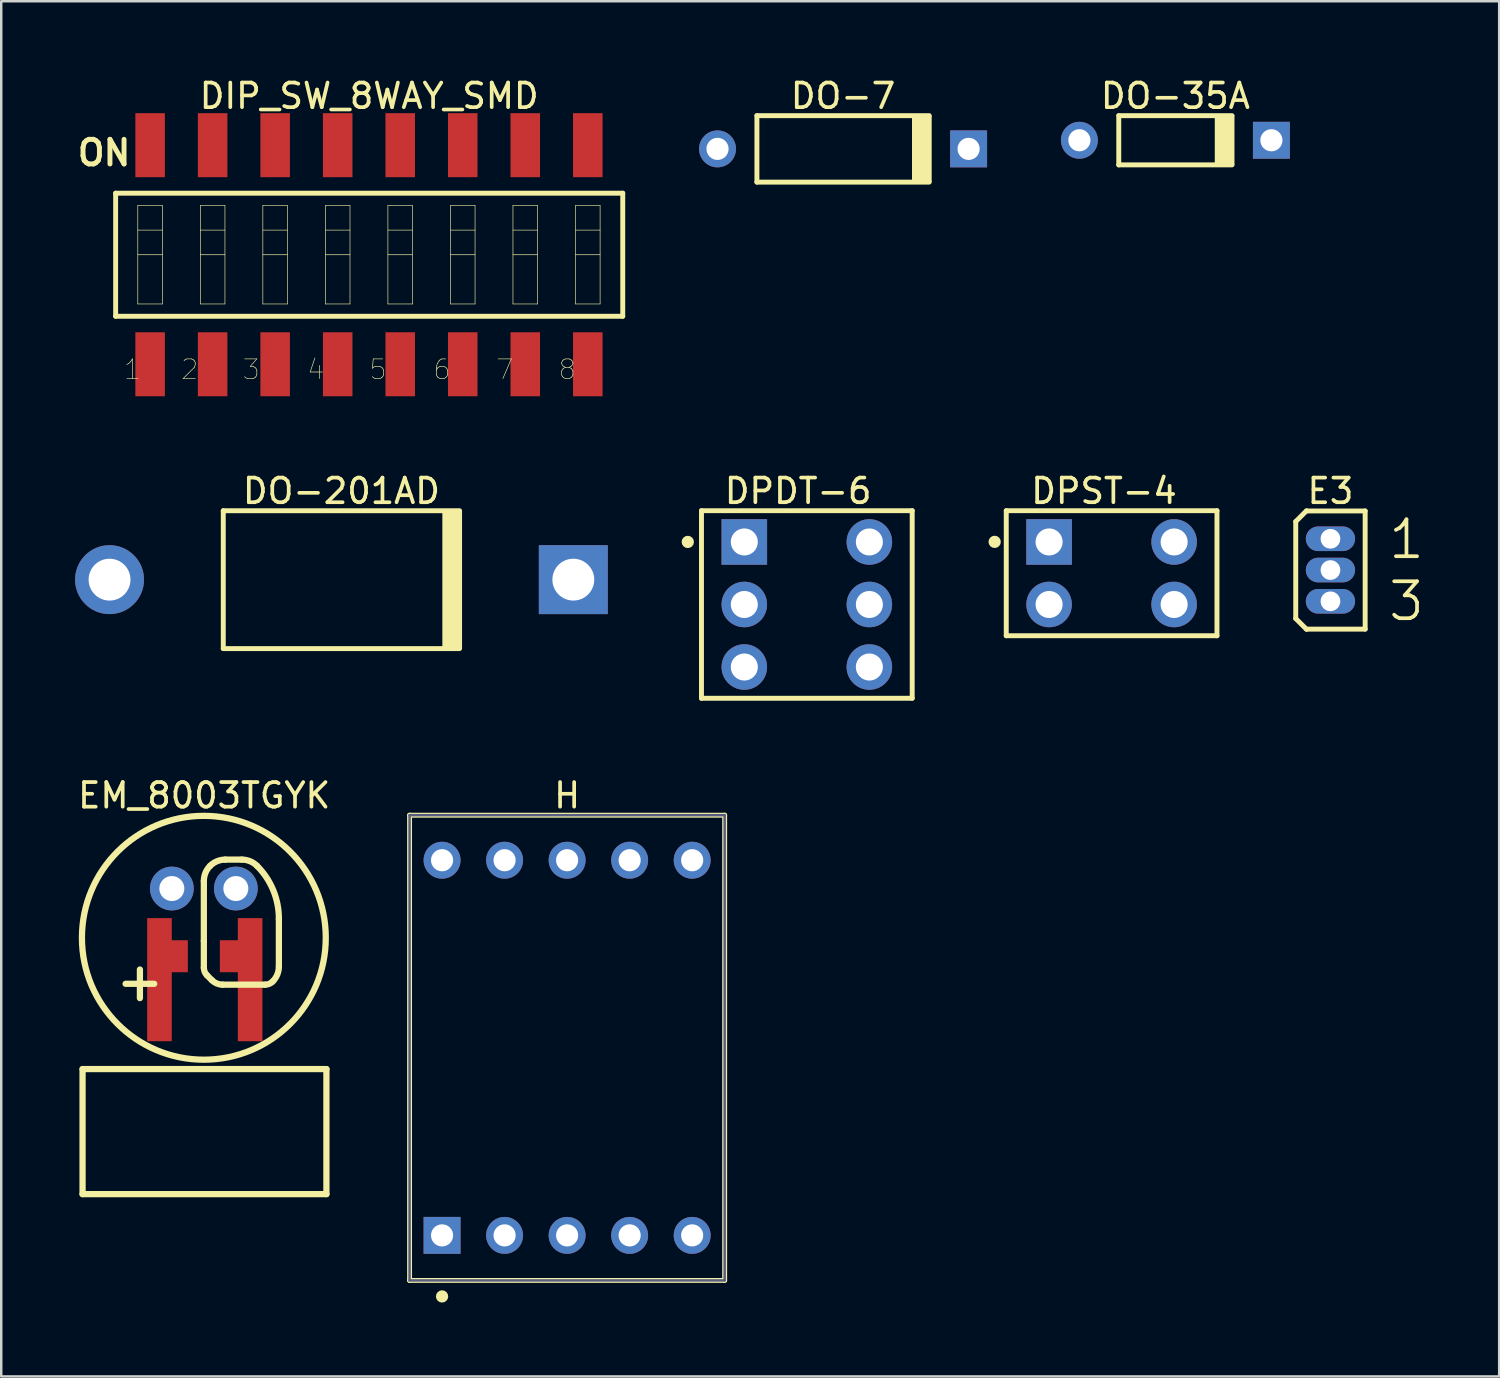
<source format=kicad_pcb>
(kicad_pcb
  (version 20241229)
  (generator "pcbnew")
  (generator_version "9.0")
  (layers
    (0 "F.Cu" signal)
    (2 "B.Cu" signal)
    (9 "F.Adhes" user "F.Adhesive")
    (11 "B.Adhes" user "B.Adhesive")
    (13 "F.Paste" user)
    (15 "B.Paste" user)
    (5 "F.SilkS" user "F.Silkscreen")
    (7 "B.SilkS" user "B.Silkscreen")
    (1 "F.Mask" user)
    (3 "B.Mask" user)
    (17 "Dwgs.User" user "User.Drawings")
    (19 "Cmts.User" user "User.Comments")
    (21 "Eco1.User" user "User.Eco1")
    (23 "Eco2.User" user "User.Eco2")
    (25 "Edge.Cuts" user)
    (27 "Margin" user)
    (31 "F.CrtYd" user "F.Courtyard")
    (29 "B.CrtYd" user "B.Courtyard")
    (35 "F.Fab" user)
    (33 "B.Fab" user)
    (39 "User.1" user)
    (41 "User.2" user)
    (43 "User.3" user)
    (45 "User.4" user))
  (footprint "E3"
    (layer "F.Cu")
    (at 50.997 20.107)
    (property "Reference" "E3" (at 0 -3.21 0) (layer "F.SilkS") (effects (font (size 1 1) (thickness 0.15))))
    (fp_line (start -1.41 -1.97) (end -0.97 -2.41) (stroke (width 0.2) (type solid)) (layer "F.SilkS"))
    (fp_line (start -1.41 1.97) (end -1.41 -1.97) (stroke (width 0.2) (type solid)) (layer "F.SilkS"))
    (fp_line (start -1.41 1.97) (end -0.97 2.41) (stroke (width 0.2) (type solid)) (layer "F.SilkS"))
    (fp_line (start -0.97 -2.4) (end 1.41 -2.4) (stroke (width 0.2) (type solid)) (layer "F.SilkS"))
    (fp_line (start -0.97 2.4) (end 1.41 2.4) (stroke (width 0.2) (type solid)) (layer "F.SilkS"))
    (fp_line (start 1.41 2.4) (end 1.41 -2.4) (stroke (width 0.2) (type solid)) (layer "F.SilkS"))
    (fp_line (start -0.5 0) (end 0.5 0) (stroke (width 0.1) (type solid)) (layer "Eco2.User"))
    (fp_line (start 0 0.5) (end 0 -0.5) (stroke (width 0.1) (type solid)) (layer "Eco2.User"))
    (fp_text user "3" (at 2.275 2.147 0) (unlocked yes) (layer "F.SilkS") (effects (font (size 1.5 1.5) (thickness 0.15)) (justify left bottom)))
    (fp_text user "1" (at 2.275 -0.371 0) (unlocked yes) (layer "F.SilkS") (effects (font (size 1.5 1.5) (thickness 0.15)) (justify left bottom)))
    (pad "1" thru_hole oval (at 0 -1.27) (size 2 1) (drill 0.8) (layers "*.Cu" "*.Mask"))
    (pad "2" thru_hole oval (at 0 0) (size 2 1) (drill 0.8) (layers "*.Cu" "*.Mask"))
    (pad "3" thru_hole oval (at 0 1.27) (size 2 1) (drill 0.8) (layers "*.Cu" "*.Mask")))
  (footprint "DPST-4"
    (layer "F.Cu")
    (at 42.107 20.236)
    (property "Reference" "DPST-4" (at -0.31 -3.34 0) (layer "F.SilkS") (effects (font (size 1 1) (thickness 0.15))))
    (fp_line (start -4.28 -2.54) (end 4.28 -2.54) (stroke (width 0.2) (type solid)) (layer "F.SilkS"))
    (fp_line (start -4.28 2.54) (end -4.28 -2.54) (stroke (width 0.2) (type solid)) (layer "F.SilkS"))
    (fp_line (start -4.28 2.54) (end 4.28 2.54) (stroke (width 0.2) (type solid)) (layer "F.SilkS"))
    (fp_line (start 4.28 2.54) (end 4.28 -2.54) (stroke (width 0.2) (type solid)) (layer "F.SilkS"))
    (fp_circle (center -4.751 -1.274) (end -4.751 -1.399) (stroke (width 0.25) (type solid)) (fill no) (layer "F.SilkS"))
    (pad "1" thru_hole rect (at -2.54 -1.27) (size 1.85 1.85) (drill 1.1) (layers "*.Cu" "*.Mask"))
    (pad "2" thru_hole circle (at -2.54 1.27) (size 1.85 1.85) (drill 1.1) (layers "*.Cu" "*.Mask"))
    (pad "3" thru_hole circle (at 2.54 1.27) (size 1.85 1.85) (drill 1.1) (layers "*.Cu" "*.Mask"))
    (pad "4" thru_hole circle (at 2.54 -1.27) (size 1.85 1.85) (drill 1.1) (layers "*.Cu" "*.Mask")))
  (footprint "DIP_SW_8WAY_SMD"
    (layer "F.Cu")
    (at 11.938 7.298)
    (property "Reference" "DIP_SW_8WAY_SMD" (at 0.01 -6.45 0) (layer "F.SilkS") (effects (font (size 1 1) (thickness 0.15))))
    (fp_line (start -10.29 -2.5) (end 10.31 -2.5) (stroke (width 0.2) (type solid)) (layer "F.SilkS"))
    (fp_line (start -10.29 2.5) (end -10.29 -2.5) (stroke (width 0.2) (type solid)) (layer "F.SilkS"))
    (fp_line (start -10.29 2.5) (end 10.31 2.5) (stroke (width 0.2) (type solid)) (layer "F.SilkS"))
    (fp_line (start -9.39 -2) (end -8.39 -2) (stroke (width 0.025) (type solid)) (layer "F.SilkS"))
    (fp_line (start -9.39 -1) (end -8.39 -1) (stroke (width 0.025) (type solid)) (layer "F.SilkS"))
    (fp_line (start -9.39 0) (end -8.39 0) (stroke (width 0.025) (type solid)) (layer "F.SilkS"))
    (fp_line (start -9.39 2) (end -9.39 -2) (stroke (width 0.025) (type solid)) (layer "F.SilkS"))
    (fp_line (start -9.39 2) (end -8.39 2) (stroke (width 0.025) (type solid)) (layer "F.SilkS"))
    (fp_line (start -8.39 2) (end -8.39 -2) (stroke (width 0.025) (type solid)) (layer "F.SilkS"))
    (fp_line (start -6.85 -2) (end -5.85 -2) (stroke (width 0.025) (type solid)) (layer "F.SilkS"))
    (fp_line (start -6.85 -1) (end -5.85 -1) (stroke (width 0.025) (type solid)) (layer "F.SilkS"))
    (fp_line (start -6.85 0) (end -5.85 0) (stroke (width 0.025) (type solid)) (layer "F.SilkS"))
    (fp_line (start -6.85 2) (end -6.85 -2) (stroke (width 0.025) (type solid)) (layer "F.SilkS"))
    (fp_line (start -6.85 2) (end -5.85 2) (stroke (width 0.025) (type solid)) (layer "F.SilkS"))
    (fp_line (start -5.85 2) (end -5.85 -2) (stroke (width 0.025) (type solid)) (layer "F.SilkS"))
    (fp_line (start -4.31 -2) (end -3.31 -2) (stroke (width 0.025) (type solid)) (layer "F.SilkS"))
    (fp_line (start -4.31 -1) (end -3.31 -1) (stroke (width 0.025) (type solid)) (layer "F.SilkS"))
    (fp_line (start -4.31 0) (end -3.31 0) (stroke (width 0.025) (type solid)) (layer "F.SilkS"))
    (fp_line (start -4.31 2) (end -4.31 -2) (stroke (width 0.025) (type solid)) (layer "F.SilkS"))
    (fp_line (start -4.31 2) (end -3.31 2) (stroke (width 0.025) (type solid)) (layer "F.SilkS"))
    (fp_line (start -3.31 2) (end -3.31 -2) (stroke (width 0.025) (type solid)) (layer "F.SilkS"))
    (fp_line (start -1.77 -2) (end -0.77 -2) (stroke (width 0.025) (type solid)) (layer "F.SilkS"))
    (fp_line (start -1.77 -1) (end -0.77 -1) (stroke (width 0.025) (type solid)) (layer "F.SilkS"))
    (fp_line (start -1.77 0) (end -0.77 0) (stroke (width 0.025) (type solid)) (layer "F.SilkS"))
    (fp_line (start -1.77 2) (end -1.77 -2) (stroke (width 0.025) (type solid)) (layer "F.SilkS"))
    (fp_line (start -1.77 2) (end -0.77 2) (stroke (width 0.025) (type solid)) (layer "F.SilkS"))
    (fp_line (start -0.77 2) (end -0.77 -2) (stroke (width 0.025) (type solid)) (layer "F.SilkS"))
    (fp_line (start 0.77 -2) (end 1.77 -2) (stroke (width 0.025) (type solid)) (layer "F.SilkS"))
    (fp_line (start 0.77 -1) (end 1.77 -1) (stroke (width 0.025) (type solid)) (layer "F.SilkS"))
    (fp_line (start 0.77 0) (end 1.77 0) (stroke (width 0.025) (type solid)) (layer "F.SilkS"))
    (fp_line (start 0.77 2) (end 0.77 -2) (stroke (width 0.025) (type solid)) (layer "F.SilkS"))
    (fp_line (start 0.77 2) (end 1.77 2) (stroke (width 0.025) (type solid)) (layer "F.SilkS"))
    (fp_line (start 1.77 2) (end 1.77 -2) (stroke (width 0.025) (type solid)) (layer "F.SilkS"))
    (fp_line (start 3.31 -2) (end 4.31 -2) (stroke (width 0.025) (type solid)) (layer "F.SilkS"))
    (fp_line (start 3.31 -1) (end 4.31 -1) (stroke (width 0.025) (type solid)) (layer "F.SilkS"))
    (fp_line (start 3.31 0) (end 4.31 0) (stroke (width 0.025) (type solid)) (layer "F.SilkS"))
    (fp_line (start 3.31 2) (end 3.31 -2) (stroke (width 0.025) (type solid)) (layer "F.SilkS"))
    (fp_line (start 3.31 2) (end 4.31 2) (stroke (width 0.025) (type solid)) (layer "F.SilkS"))
    (fp_line (start 4.31 2) (end 4.31 -2) (stroke (width 0.025) (type solid)) (layer "F.SilkS"))
    (fp_line (start 5.85 -2) (end 6.85 -2) (stroke (width 0.025) (type solid)) (layer "F.SilkS"))
    (fp_line (start 5.85 -1) (end 6.85 -1) (stroke (width 0.025) (type solid)) (layer "F.SilkS"))
    (fp_line (start 5.85 0) (end 6.85 0) (stroke (width 0.025) (type solid)) (layer "F.SilkS"))
    (fp_line (start 5.85 2) (end 5.85 -2) (stroke (width 0.025) (type solid)) (layer "F.SilkS"))
    (fp_line (start 5.85 2) (end 6.85 2) (stroke (width 0.025) (type solid)) (layer "F.SilkS"))
    (fp_line (start 6.85 2) (end 6.85 -2) (stroke (width 0.025) (type solid)) (layer "F.SilkS"))
    (fp_line (start 8.39 -2) (end 9.39 -2) (stroke (width 0.025) (type solid)) (layer "F.SilkS"))
    (fp_line (start 8.39 -1) (end 9.39 -1) (stroke (width 0.025) (type solid)) (layer "F.SilkS"))
    (fp_line (start 8.39 0) (end 9.39 0) (stroke (width 0.025) (type solid)) (layer "F.SilkS"))
    (fp_line (start 8.39 2) (end 8.39 -2) (stroke (width 0.025) (type solid)) (layer "F.SilkS"))
    (fp_line (start 8.39 2) (end 9.39 2) (stroke (width 0.025) (type solid)) (layer "F.SilkS"))
    (fp_line (start 9.39 2) (end 9.39 -2) (stroke (width 0.025) (type solid)) (layer "F.SilkS"))
    (fp_line (start 10.31 2.5) (end 10.31 -2.5) (stroke (width 0.2) (type solid)) (layer "F.SilkS"))
    (fp_text user "3" (at -5.181 5.13 0) (unlocked yes) (layer "F.SilkS") (effects (font (size 0.8 0.8) (thickness 0.025)) (justify left bottom)))
    (fp_text user "8" (at 7.659 5.13 0) (unlocked yes) (layer "F.SilkS") (effects (font (size 0.8 0.8) (thickness 0.025)) (justify left bottom)))
    (fp_text user "4" (at -2.556 5.13 0) (unlocked yes) (layer "F.SilkS") (effects (font (size 0.8 0.8) (thickness 0.025)) (justify left bottom)))
    (fp_text user "2" (at -7.681 5.13 0) (unlocked yes) (layer "F.SilkS") (effects (font (size 0.8 0.8) (thickness 0.025)) (justify left bottom)))
    (fp_text user "1" (at -10.006 5.13 0) (unlocked yes) (layer "F.SilkS") (effects (font (size 0.8 0.8) (thickness 0.025)) (justify left bottom)))
    (fp_text user "5" (at -0.031 5.13 0) (unlocked yes) (layer "F.SilkS") (effects (font (size 0.8 0.8) (thickness 0.025)) (justify left bottom)))
    (fp_text user "ON" (at -11.938 -3.555 0) (unlocked yes) (layer "F.SilkS") (effects (font (size 1 1) (thickness 0.2)) (justify left bottom)))
    (fp_text user "7" (at 5.119 5.13 0) (unlocked yes) (layer "F.SilkS") (effects (font (size 0.8 0.8) (thickness 0.025)) (justify left bottom)))
    (fp_text user "6" (at 2.569 5.13 0) (unlocked yes) (layer "F.SilkS") (effects (font (size 0.8 0.8) (thickness 0.025)) (justify left bottom)))
    (pad "1" smd rect (at -8.89 4.45 180) (size 1.2 2.6) (layers "F.Cu" "F.Mask" "F.Paste"))
    (pad "2" smd rect (at -6.35 4.45 180) (size 1.2 2.6) (layers "F.Cu" "F.Mask" "F.Paste"))
    (pad "3" smd rect (at -3.81 4.45 180) (size 1.2 2.6) (layers "F.Cu" "F.Mask" "F.Paste"))
    (pad "4" smd rect (at -1.27 4.45 180) (size 1.2 2.6) (layers "F.Cu" "F.Mask" "F.Paste"))
    (pad "5" smd rect (at 1.27 4.45 180) (size 1.2 2.6) (layers "F.Cu" "F.Mask" "F.Paste"))
    (pad "6" smd rect (at 3.81 4.45 180) (size 1.2 2.6) (layers "F.Cu" "F.Mask" "F.Paste"))
    (pad "7" smd rect (at 6.35 4.45 180) (size 1.2 2.6) (layers "F.Cu" "F.Mask" "F.Paste"))
    (pad "8" smd rect (at 8.89 4.45 180) (size 1.2 2.6) (layers "F.Cu" "F.Mask" "F.Paste"))
    (pad "9" smd rect (at 8.89 -4.45 180) (size 1.2 2.6) (layers "F.Cu" "F.Mask" "F.Paste"))
    (pad "10" smd rect (at 6.35 -4.45 180) (size 1.2 2.6) (layers "F.Cu" "F.Mask" "F.Paste"))
    (pad "11" smd rect (at 3.81 -4.45 180) (size 1.2 2.6) (layers "F.Cu" "F.Mask" "F.Paste"))
    (pad "12" smd rect (at 1.27 -4.45 180) (size 1.2 2.6) (layers "F.Cu" "F.Mask" "F.Paste"))
    (pad "13" smd rect (at -1.27 -4.45 180) (size 1.2 2.6) (layers "F.Cu" "F.Mask" "F.Paste"))
    (pad "14" smd rect (at -3.81 -4.45 180) (size 1.2 2.6) (layers "F.Cu" "F.Mask" "F.Paste"))
    (pad "15" smd rect (at -6.35 -4.45 180) (size 1.2 2.6) (layers "F.Cu" "F.Mask" "F.Paste"))
    (pad "16" smd rect (at -8.89 -4.45 180) (size 1.2 2.6) (layers "F.Cu" "F.Mask" "F.Paste")))
  (footprint "DO-35A"
    (layer "F.Cu")
    (at 44.698 2.648)
    (property "Reference" "DO-35A" (at 0 -1.8 0) (layer "F.SilkS") (effects (font (size 1 1) (thickness 0.15))))
    (fp_line (start -2.3 -1) (end 2.3 -1) (stroke (width 0.2) (type solid)) (layer "F.SilkS"))
    (fp_line (start -2.3 1) (end -2.3 -1) (stroke (width 0.2) (type solid)) (layer "F.SilkS"))
    (fp_line (start -2.3 1) (end 2.3 1) (stroke (width 0.2) (type solid)) (layer "F.SilkS"))
    (fp_rect (start 1.6 1) (end 2.4 -1) (stroke (width 0) (type default)) (fill yes) (layer "F.SilkS"))
    (pad "1" thru_hole circle (at -3.9 0) (size 1.5 1.5) (drill 0.9) (layers "*.Cu" "*.Mask"))
    (pad "2" thru_hole rect (at 3.9 0) (size 1.5 1.5) (drill 0.9) (layers "*.Cu" "*.Mask")))
  (footprint "EM_8003TGYK"
    (layer "F.Cu")
    (at 5.333 37.382)
    (property "Reference" "EM_8003TGYK" (at -0.089 -8.117 0) (layer "F.SilkS") (effects (font (size 1 1) (thickness 0.15))))
    (fp_line (start -5.029 2.997) (end 4.877 2.997) (stroke (width 0.254) (type solid)) (layer "F.SilkS"))
    (fp_line (start -5.029 8.077) (end -5.029 2.997) (stroke (width 0.254) (type solid)) (layer "F.SilkS"))
    (fp_line (start -5.029 8.077) (end 4.877 8.077) (stroke (width 0.254) (type solid)) (layer "F.SilkS"))
    (fp_line (start -0.102 -2.21) (end -0.102 -4.645) (stroke (width 0.254) (type solid)) (layer "F.SilkS"))
    (fp_line (start -0.102 -1.119) (end -0.102 -2.21) (stroke (width 0.254) (type solid)) (layer "F.SilkS"))
    (fp_line (start 0.025 -0.813) (end 0.227 -0.611) (stroke (width 0.254) (type solid)) (layer "F.SilkS"))
    (fp_line (start 0.66 -0.432) (end 2.386 -0.432) (stroke (width 0.254) (type solid)) (layer "F.SilkS"))
    (fp_line (start 0.766 -5.512) (end 1.444 -5.512) (stroke (width 0.254) (type solid)) (layer "F.SilkS"))
    (fp_line (start 2.946 -1.172) (end 2.946 -3.112) (stroke (width 0.254) (type solid)) (layer "F.SilkS"))
    (fp_line (start 4.877 8.077) (end 4.877 2.997) (stroke (width 0.254) (type solid)) (layer "F.SilkS"))
    (fp_arc (start -0.1016 -4.64459) (mid -0.035588 -4.976457) (end 0.1524 -5.2578) (stroke (width 0.254) (type solid)) (layer "F.SilkS"))
    (fp_arc (start 0.025401 -0.812801) (mid -0.068594 -0.953474) (end -0.101601 -1.11941) (stroke (width 0.254) (type solid)) (layer "F.SilkS"))
    (fp_arc (start 0.1524 -5.2578) (mid 0.433743 -5.445787) (end 0.76561 -5.5118) (stroke (width 0.254) (type solid)) (layer "F.SilkS"))
    (fp_arc (start 0.6604 -0.4318) (mid 0.425735 -0.478478) (end 0.226795 -0.611405) (stroke (width 0.254) (type solid)) (layer "F.SilkS"))
    (fp_arc (start 1.44419 -5.5118) (mid 1.776057 -5.445788) (end 2.0574 -5.2578) (stroke (width 0.254) (type solid)) (layer "F.SilkS"))
    (fp_arc (start 2.057399 -5.257799) (mid 2.715356 -4.273096) (end 2.9464 -3.11156) (stroke (width 0.254) (type solid)) (layer "F.SilkS"))
    (fp_arc (start 2.692399 -0.558801) (mid 2.551726 -0.464806) (end 2.38579 -0.431799) (stroke (width 0.254) (type solid)) (layer "F.SilkS"))
    (fp_arc (start 2.9464 -1.17201) (mid 2.880388 -0.840143) (end 2.6924 -0.5588) (stroke (width 0.254) (type solid)) (layer "F.SilkS"))
    (fp_circle (center -0.102 -2.337) (end -0.102 -7.29) (stroke (width 0.254) (type solid)) (fill no) (layer "F.SilkS"))
    (fp_text user "+" (at -3.81 0.314 0) (unlocked yes) (layer "F.SilkS") (effects (font (size 1.524 1.524) (thickness 0.254)) (justify left bottom)))
    (pad "1" smd rect (at -1.905 -0.635) (size 1 5) (layers "F.Cu" "F.Mask" "F.Paste"))
    (pad "1" thru_hole circle (at -1.402 -4.337) (size 1.778 1.778) (drill 1.016) (layers "*.Cu" "*.Mask"))
    (pad "1" smd rect (at -1.402 -1.587) (size 1.3 1.3) (layers "F.Cu" "F.Mask" "F.Paste"))
    (pad "2" thru_hole circle (at 1.198 -4.337) (size 1.778 1.778) (drill 1.016) (layers "*.Cu" "*.Mask"))
    (pad "2" smd rect (at 1.198 -1.587) (size 1.3 1.3) (layers "F.Cu" "F.Mask" "F.Paste"))
    (pad "2" smd rect (at 1.778 -0.635) (size 1 5) (layers "F.Cu" "F.Mask" "F.Paste")))
  (footprint "DPDT-6"
    (layer "F.Cu")
    (at 29.726 21.506)
    (property "Reference" "DPDT-6" (at -0.353 -4.61 0) (layer "F.SilkS") (effects (font (size 1 1) (thickness 0.15))))
    (fp_line (start -4.28 -3.81) (end 4.28 -3.81) (stroke (width 0.2) (type solid)) (layer "F.SilkS"))
    (fp_line (start -4.28 3.81) (end -4.28 -3.81) (stroke (width 0.2) (type solid)) (layer "F.SilkS"))
    (fp_line (start -4.28 3.81) (end 4.28 3.81) (stroke (width 0.2) (type solid)) (layer "F.SilkS"))
    (fp_line (start 4.28 3.81) (end 4.28 -3.81) (stroke (width 0.2) (type solid)) (layer "F.SilkS"))
    (fp_circle (center -4.836 -2.541) (end -4.836 -2.666) (stroke (width 0.25) (type solid)) (fill no) (layer "F.SilkS"))
    (pad "1" thru_hole rect (at -2.54 -2.54) (size 1.85 1.85) (drill 1.1) (layers "*.Cu" "*.Mask"))
    (pad "2" thru_hole circle (at -2.54 0) (size 1.85 1.85) (drill 1.1) (layers "*.Cu" "*.Mask"))
    (pad "3" thru_hole circle (at -2.54 2.54) (size 1.85 1.85) (drill 1.1) (layers "*.Cu" "*.Mask"))
    (pad "4" thru_hole circle (at 2.54 2.54) (size 1.85 1.85) (drill 1.1) (layers "*.Cu" "*.Mask"))
    (pad "5" thru_hole circle (at 2.54 0) (size 1.85 1.85) (drill 1.1) (layers "*.Cu" "*.Mask"))
    (pad "6" thru_hole circle (at 2.54 -2.54) (size 1.85 1.85) (drill 1.1) (layers "*.Cu" "*.Mask")))
  (footprint "DO-201AD"
    (layer "F.Cu")
    (at 10.82 20.497)
    (property "Reference" "DO-201AD" (at 0 -3.6 0) (layer "F.SilkS") (effects (font (size 1 1) (thickness 0.15))))
    (fp_line (start -4.8 -2.8) (end 4.8 -2.8) (stroke (width 0.2) (type solid)) (layer "F.SilkS"))
    (fp_line (start -4.8 2.8) (end -4.8 -2.8) (stroke (width 0.2) (type solid)) (layer "F.SilkS"))
    (fp_line (start -4.8 2.8) (end 4.8 2.8) (stroke (width 0.2) (type solid)) (layer "F.SilkS"))
    (fp_rect (start 4.1 2.8) (end 4.9 -2.8) (stroke (width 0) (type default)) (fill yes) (layer "F.SilkS"))
    (pad "1" thru_hole circle (at -9.42 0) (size 2.8 2.8) (drill 1.7) (layers "*.Cu" "*.Mask"))
    (pad "2" thru_hole rect (at 9.42 0) (size 2.8 2.8) (drill 1.7) (layers "*.Cu" "*.Mask")))
  (footprint "DO-7"
    (layer "F.Cu")
    (at 31.198 2.998)
    (property "Reference" "DO-7" (at 0 -2.15 0) (layer "F.SilkS") (effects (font (size 1 1) (thickness 0.15))))
    (fp_line (start -3.5 -1.35) (end 3.5 -1.35) (stroke (width 0.2) (type solid)) (layer "F.SilkS"))
    (fp_line (start -3.5 1.35) (end -3.5 -1.35) (stroke (width 0.2) (type solid)) (layer "F.SilkS"))
    (fp_line (start -3.5 1.35) (end 3.5 1.35) (stroke (width 0.2) (type solid)) (layer "F.SilkS"))
    (fp_rect (start 2.8 1.35) (end 3.6 -1.35) (stroke (width 0) (type default)) (fill yes) (layer "F.SilkS"))
    (pad "1" thru_hole circle (at -5.1 0) (size 1.5 1.5) (drill 0.9) (layers "*.Cu" "*.Mask"))
    (pad "2" thru_hole rect (at 5.1 0) (size 1.5 1.5) (drill 0.9) (layers "*.Cu" "*.Mask")))
  (footprint "H"
    (layer "F.Cu")
    (at 19.988 39.515)
    (property "Reference" "H" (at 0 -10.25 0) (layer "F.SilkS") (effects (font (size 1 1) (thickness 0.15))))
    (fp_line (start -6.4 -9.45) (end 6.4 -9.45) (stroke (width 0.2) (type solid)) (layer "F.SilkS"))
    (fp_line (start -6.4 9.45) (end -6.4 -9.45) (stroke (width 0.2) (type solid)) (layer "F.SilkS"))
    (fp_line (start -6.4 9.45) (end 6.4 9.45) (stroke (width 0.2) (type solid)) (layer "F.SilkS"))
    (fp_line (start 6.4 9.45) (end 6.4 -9.45) (stroke (width 0.2) (type solid)) (layer "F.SilkS"))
    (fp_circle (center -5.08 10.1) (end -5.08 9.975) (stroke (width 0.25) (type solid)) (fill no) (layer "F.SilkS"))
    (fp_line (start -6.4 -9.45) (end 6.4 -9.45) (stroke (width 0.1) (type solid)) (layer "B.Fab"))
    (fp_line (start -6.4 9.45) (end -6.4 -9.45) (stroke (width 0.1) (type solid)) (layer "B.Fab"))
    (fp_line (start -6.4 9.45) (end 6.4 9.45) (stroke (width 0.1) (type solid)) (layer "B.Fab"))
    (fp_line (start 6.4 9.45) (end 6.4 -9.45) (stroke (width 0.1) (type solid)) (layer "B.Fab"))
    (fp_line (start -4.108 5.053) (end -3.425 1.17) (stroke (width 1.37) (type solid)) (layer "User.1"))
    (fp_line (start -2.974 -1.368) (end -2.293 -5.255) (stroke (width 1.37) (type solid)) (layer "User.1"))
    (fp_line (start -2.958 6.429) (end 0.692 6.426) (stroke (width 1.37) (type solid)) (layer "User.1"))
    (fp_line (start -1.821 0) (end 1.828 0) (stroke (width 1.37) (type solid)) (layer "User.1"))
    (fp_line (start -0.689 -6.425) (end 2.96 -6.425) (stroke (width 1.37) (type solid)) (layer "User.1"))
    (fp_line (start 2.295 5.256) (end 2.981 1.371) (stroke (width 1.37) (type solid)) (layer "User.1"))
    (fp_line (start 3.427 -1.169) (end 4.111 -5.058) (stroke (width 1.37) (type solid)) (layer "User.1"))
    (fp_circle (center 4.842 6.316) (end 4.842 6.02) (stroke (width 1) (type solid)) (fill no) (layer "User.1"))
    (pad "1" thru_hole rect (at -5.08 7.62 90) (size 1.5 1.5) (drill 0.9) (layers "*.Cu" "*.Mask"))
    (pad "2" thru_hole circle (at -2.54 7.62 90) (size 1.5 1.5) (drill 0.9) (layers "*.Cu" "*.Mask"))
    (pad "3" thru_hole circle (at 0 7.62 90) (size 1.5 1.5) (drill 0.9) (layers "*.Cu" "*.Mask"))
    (pad "4" thru_hole circle (at 2.54 7.62 90) (size 1.5 1.5) (drill 0.9) (layers "*.Cu" "*.Mask"))
    (pad "5" thru_hole circle (at 5.08 7.62 90) (size 1.5 1.5) (drill 0.9) (layers "*.Cu" "*.Mask"))
    (pad "6" thru_hole circle (at 5.08 -7.62 90) (size 1.5 1.5) (drill 0.9) (layers "*.Cu" "*.Mask"))
    (pad "7" thru_hole circle (at 2.54 -7.62 90) (size 1.5 1.5) (drill 0.9) (layers "*.Cu" "*.Mask"))
    (pad "8" thru_hole circle (at 0 -7.62 90) (size 1.5 1.5) (drill 0.9) (layers "*.Cu" "*.Mask"))
    (pad "9" thru_hole circle (at -2.54 -7.62 90) (size 1.5 1.5) (drill 0.9) (layers "*.Cu" "*.Mask"))
    (pad "10" thru_hole circle (at -5.08 -7.62 90) (size 1.5 1.5) (drill 0.9) (layers "*.Cu" "*.Mask")))
  (gr_rect
    (start -3 -3)
    (end 57.851 52.865)
    (stroke (width 0.1) (type default))
    (fill no)
    (layer "Edge.Cuts")))
</source>
